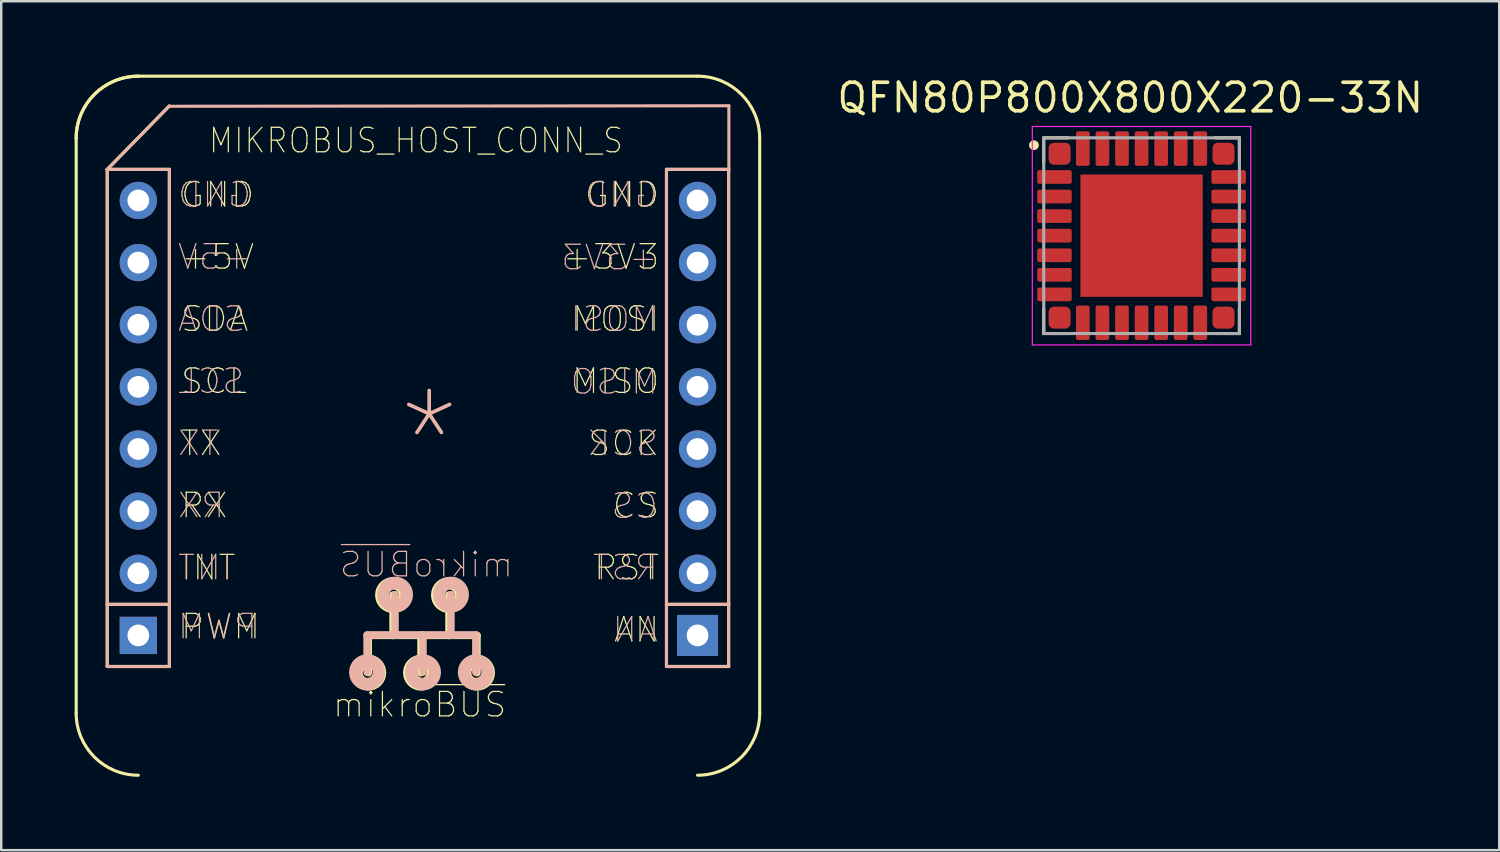
<source format=kicad_pcb>
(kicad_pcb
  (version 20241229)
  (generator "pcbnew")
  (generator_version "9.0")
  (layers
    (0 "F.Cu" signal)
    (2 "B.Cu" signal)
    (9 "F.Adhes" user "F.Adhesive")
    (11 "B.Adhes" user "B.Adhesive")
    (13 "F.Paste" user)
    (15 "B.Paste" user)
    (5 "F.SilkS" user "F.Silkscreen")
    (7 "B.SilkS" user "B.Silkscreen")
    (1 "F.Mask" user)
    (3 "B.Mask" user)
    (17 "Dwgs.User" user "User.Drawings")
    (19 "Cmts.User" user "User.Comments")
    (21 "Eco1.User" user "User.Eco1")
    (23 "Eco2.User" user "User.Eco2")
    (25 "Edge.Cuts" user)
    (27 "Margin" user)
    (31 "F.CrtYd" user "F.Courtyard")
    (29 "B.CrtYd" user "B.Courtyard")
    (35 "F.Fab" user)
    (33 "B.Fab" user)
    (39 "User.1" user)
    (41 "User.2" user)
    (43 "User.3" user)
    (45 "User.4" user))
  (footprint "MIKROBUS_HOST_CONN_S"
    (layer "F.Cu")
    (at 14.494 7.449)
    (property "Reference" "MIKROBUS_HOST_CONN_S" (at -0.54 -4.755 180) (layer "F.SilkS") (effects (font (size 1 0.9) (thickness 0.05))))
    (attr through_hole)
    (fp_line (start -14.43 18.65) (end -14.43 -4.845) (stroke (width 0.127) (type solid)) (layer "F.SilkS"))
    (fp_line (start -13.16 -3.575) (end -10.63 -6.165) (stroke (width 0.127) (type solid)) (layer "F.SilkS"))
    (fp_line (start -13.16 16.745) (end -13.16 -3.575) (stroke (width 0.127) (type solid)) (layer "F.SilkS"))
    (fp_line (start -10.62 -3.575) (end -13.16 -3.575) (stroke (width 0.127) (type solid)) (layer "F.SilkS"))
    (fp_line (start -10.62 14.205) (end -13.16 14.205) (stroke (width 0.127) (type solid)) (layer "F.SilkS"))
    (fp_line (start -10.62 14.205) (end -10.62 -3.575) (stroke (width 0.127) (type solid)) (layer "F.SilkS"))
    (fp_line (start -10.62 16.745) (end -13.16 16.745) (stroke (width 0.127) (type solid)) (layer "F.SilkS"))
    (fp_line (start -10.62 16.745) (end -10.62 14.205) (stroke (width 0.127) (type solid)) (layer "F.SilkS"))
    (fp_line (start -2.492 15.475) (end -2.492 16.999) (stroke (width 0.305) (type solid)) (layer "F.SilkS"))
    (fp_line (start -2.492 15.475) (end -1.476 15.475) (stroke (width 0.305) (type solid)) (layer "F.SilkS"))
    (fp_line (start -1.476 15.475) (end -1.476 13.824) (stroke (width 0.305) (type solid)) (layer "F.SilkS"))
    (fp_line (start -1.476 15.475) (end -0.333 15.475) (stroke (width 0.305) (type solid)) (layer "F.SilkS"))
    (fp_line (start -0.333 15.475) (end -0.333 16.999) (stroke (width 0.305) (type solid)) (layer "F.SilkS"))
    (fp_line (start -0.333 15.475) (end 0.81 15.475) (stroke (width 0.305) (type solid)) (layer "F.SilkS"))
    (fp_line (start 0.81 15.475) (end 0.81 13.824) (stroke (width 0.305) (type solid)) (layer "F.SilkS"))
    (fp_line (start 0.81 15.475) (end 1.953 15.475) (stroke (width 0.305) (type solid)) (layer "F.SilkS"))
    (fp_line (start 1.953 15.475) (end 1.953 16.999) (stroke (width 0.305) (type solid)) (layer "F.SilkS"))
    (fp_line (start 9.7 -3.575) (end 9.7 14.205) (stroke (width 0.127) (type solid)) (layer "F.SilkS"))
    (fp_line (start 9.7 14.205) (end 9.7 16.745) (stroke (width 0.127) (type solid)) (layer "F.SilkS"))
    (fp_line (start 9.7 16.745) (end 12.24 16.745) (stroke (width 0.127) (type solid)) (layer "F.SilkS"))
    (fp_line (start 10.97 -7.385) (end -11.89 -7.385) (stroke (width 0.127) (type solid)) (layer "F.SilkS"))
    (fp_line (start 12.24 -3.575) (end 9.7 -3.575) (stroke (width 0.127) (type solid)) (layer "F.SilkS"))
    (fp_line (start 12.24 14.205) (end 9.7 14.205) (stroke (width 0.127) (type solid)) (layer "F.SilkS"))
    (fp_line (start 12.24 14.205) (end 12.24 -3.575) (stroke (width 0.127) (type solid)) (layer "F.SilkS"))
    (fp_line (start 12.24 16.745) (end 12.24 14.205) (stroke (width 0.127) (type solid)) (layer "F.SilkS"))
    (fp_line (start 13.51 18.65) (end 13.51 -4.845) (stroke (width 0.127) (type solid)) (layer "F.SilkS"))
    (fp_arc (start -14.430476 -4.845) (mid -13.686527 -6.641051) (end -11.890476 -7.385) (stroke (width 0.127) (type solid)) (layer "F.SilkS"))
    (fp_arc (start -14.430476 -4.845) (mid -13.686527 -6.641051) (end -11.890476 -7.385) (stroke (width 0.127) (type solid)) (layer "F.SilkS"))
    (fp_arc (start -11.890476 21.19) (mid -13.686527 20.446051) (end -14.430476 18.65) (stroke (width 0.127) (type solid)) (layer "F.SilkS"))
    (fp_arc (start 10.969524 -7.385) (mid 12.765575 -6.641051) (end 13.509524 -4.845) (stroke (width 0.127) (type solid)) (layer "F.SilkS"))
    (fp_arc (start 13.509524 18.65) (mid 12.765575 20.446051) (end 10.969524 21.19) (stroke (width 0.127) (type solid)) (layer "F.SilkS"))
    (fp_circle (center -2.492 16.999) (end -2.264 16.999) (stroke (width 0.508) (type solid)) (fill no) (layer "F.SilkS"))
    (fp_circle (center -1.476 13.824) (end -1.248 13.824) (stroke (width 0.508) (type solid)) (fill no) (layer "F.SilkS"))
    (fp_circle (center -0.333 16.999) (end -0.105 16.999) (stroke (width 0.508) (type solid)) (fill no) (layer "F.SilkS"))
    (fp_circle (center 0.81 13.824) (end 1.038 13.824) (stroke (width 0.508) (type solid)) (fill no) (layer "F.SilkS"))
    (fp_circle (center 1.953 16.999) (end 2.181 16.999) (stroke (width 0.508) (type solid)) (fill no) (layer "F.SilkS"))
    (fp_line (start -13.16 -3.575) (end -10.62 -6.165) (stroke (width 0.127) (type solid)) (layer "B.SilkS"))
    (fp_line (start -13.16 16.745) (end -13.16 -3.575) (stroke (width 0.127) (type solid)) (layer "B.SilkS"))
    (fp_line (start -10.62 -3.575) (end -13.16 -3.575) (stroke (width 0.127) (type solid)) (layer "B.SilkS"))
    (fp_line (start -10.62 14.205) (end -13.16 14.205) (stroke (width 0.127) (type solid)) (layer "B.SilkS"))
    (fp_line (start -10.62 14.205) (end -10.62 -3.575) (stroke (width 0.127) (type solid)) (layer "B.SilkS"))
    (fp_line (start -10.62 16.745) (end -13.16 16.745) (stroke (width 0.127) (type solid)) (layer "B.SilkS"))
    (fp_line (start -10.62 16.745) (end -10.62 14.205) (stroke (width 0.127) (type solid)) (layer "B.SilkS"))
    (fp_line (start -2.539 15.459) (end -2.539 16.983) (stroke (width 0.305) (type solid)) (layer "B.SilkS"))
    (fp_line (start -1.396 15.459) (end -2.539 15.459) (stroke (width 0.305) (type solid)) (layer "B.SilkS"))
    (fp_line (start -1.396 15.459) (end -1.396 13.808) (stroke (width 0.305) (type solid)) (layer "B.SilkS"))
    (fp_line (start -0.253 15.459) (end -1.396 15.459) (stroke (width 0.305) (type solid)) (layer "B.SilkS"))
    (fp_line (start -0.253 15.459) (end -0.253 16.983) (stroke (width 0.305) (type solid)) (layer "B.SilkS"))
    (fp_line (start 0.89 15.459) (end -0.253 15.459) (stroke (width 0.305) (type solid)) (layer "B.SilkS"))
    (fp_line (start 0.89 15.459) (end 0.89 13.808) (stroke (width 0.305) (type solid)) (layer "B.SilkS"))
    (fp_line (start 1.906 15.459) (end 0.89 15.459) (stroke (width 0.305) (type solid)) (layer "B.SilkS"))
    (fp_line (start 1.906 15.459) (end 1.906 16.983) (stroke (width 0.305) (type solid)) (layer "B.SilkS"))
    (fp_line (start 9.7 -3.575) (end 9.7 14.205) (stroke (width 0.127) (type solid)) (layer "B.SilkS"))
    (fp_line (start 9.7 14.205) (end 9.7 16.745) (stroke (width 0.127) (type solid)) (layer "B.SilkS"))
    (fp_line (start 9.7 16.745) (end 12.24 16.745) (stroke (width 0.127) (type solid)) (layer "B.SilkS"))
    (fp_line (start 12.24 -3.575) (end 9.7 -3.575) (stroke (width 0.127) (type solid)) (layer "B.SilkS"))
    (fp_line (start 12.24 14.205) (end 9.7 14.205) (stroke (width 0.127) (type solid)) (layer "B.SilkS"))
    (fp_line (start 12.24 14.205) (end 12.24 -3.575) (stroke (width 0.127) (type solid)) (layer "B.SilkS"))
    (fp_line (start 12.24 16.745) (end 12.24 14.205) (stroke (width 0.127) (type solid)) (layer "B.SilkS"))
    (fp_line (start 12.25 -6.175) (end -10.62 -6.155) (stroke (width 0.127) (type solid)) (layer "B.SilkS"))
    (fp_line (start 12.25 -3.555) (end 12.25 -6.175) (stroke (width 0.127) (type solid)) (layer "B.SilkS"))
    (fp_circle (center -2.539 16.983) (end -2.311 16.983) (stroke (width 0.508) (type solid)) (fill no) (layer "B.SilkS"))
    (fp_circle (center -1.396 13.808) (end -1.168 13.808) (stroke (width 0.508) (type solid)) (fill no) (layer "B.SilkS"))
    (fp_circle (center -0.253 16.983) (end -0.025 16.983) (stroke (width 0.508) (type solid)) (fill no) (layer "B.SilkS"))
    (fp_circle (center 0.89 13.808) (end 1.118 13.808) (stroke (width 0.508) (type solid)) (fill no) (layer "B.SilkS"))
    (fp_circle (center 1.906 16.983) (end 2.134 16.983) (stroke (width 0.508) (type solid)) (fill no) (layer "B.SilkS"))
    (fp_text user "RST" (at 8.072 12.7 180) (layer "F.SilkS") (effects (font (size 1 1) (thickness 0.05))))
    (fp_text user "MISO" (at 7.62 5.08 180) (layer "F.SilkS") (effects (font (size 1 1) (thickness 0.05))))
    (fp_text user "SDA" (at -8.766 2.54 180) (layer "F.SilkS") (effects (font (size 1 1) (thickness 0.05))))
    (fp_text user "mikro~{BUS}" (at -0.388 18.304 0) (layer "F.SilkS") (effects (font (size 1 1) (thickness 0.05))))
    (fp_text user "GND" (at -8.647 -2.54 180) (layer "F.SilkS") (effects (font (size 1 1) (thickness 0.05))))
    (fp_text user "MOSI" (at 7.62 2.54 180) (layer "F.SilkS") (effects (font (size 1 1) (thickness 0.05))))
    (fp_text user "SCK" (at 7.953 7.62 180) (layer "F.SilkS") (effects (font (size 1 1) (thickness 0.05))))
    (fp_text user "INT" (at -9.028 12.7 180) (layer "F.SilkS") (effects (font (size 1 1) (thickness 0.05))))
    (fp_text user "PWM" (at -8.528 15.113 180) (layer "F.SilkS") (effects (font (size 1 1) (thickness 0.05))))
    (fp_text user "AN" (at 8.477 15.24 180) (layer "F.SilkS") (effects (font (size 1 1) (thickness 0.05))))
    (fp_text user "+5V" (at -8.647 0 180) (layer "F.SilkS") (effects (font (size 1 1) (thickness 0.05))))
    (fp_text user "GND" (at 7.906 -2.54 180) (layer "F.SilkS") (effects (font (size 1 1) (thickness 0.05))))
    (fp_text user "RX" (at -9.195 10.16 180) (layer "F.SilkS") (effects (font (size 1 1) (thickness 0.05))))
    (fp_text user "+3V3" (at 7.43 0 180) (layer "F.SilkS") (effects (font (size 1 1) (thickness 0.05))))
    (fp_text user "CS" (at 8.453 10.16 180) (layer "F.SilkS") (effects (font (size 1 1) (thickness 0.05))))
    (fp_text user "TX" (at -9.314 7.62 180) (layer "F.SilkS") (effects (font (size 1 1) (thickness 0.05))))
    (fp_text user "SCL" (at -8.79 5.08 180) (layer "F.SilkS") (effects (font (size 1 1) (thickness 0.05))))
    (fp_text user "TX" (at -9.441 7.62 180) (layer "B.SilkS") (effects (font (size 1 1) (thickness 0.05)) (justify mirror)))
    (fp_text user "PWM" (at -8.655 15.113 180) (layer "B.SilkS") (effects (font (size 1 1) (thickness 0.05)) (justify mirror)))
    (fp_text user "*" (at 0 7.62 180) (layer "B.SilkS") (effects (font (size 4 3.5) (thickness 0.15)) (justify mirror)))
    (fp_text user "SCK" (at 7.898 7.62 180) (layer "B.SilkS") (effects (font (size 1 1) (thickness 0.05)) (justify mirror)))
    (fp_text user "AN" (at 8.421 15.24 180) (layer "B.SilkS") (effects (font (size 1 1) (thickness 0.05)) (justify mirror)))
    (fp_text user "+5V" (at -8.774 0 180) (layer "B.SilkS") (effects (font (size 1 1) (thickness 0.05)) (justify mirror)))
    (fp_text user "RX" (at -9.322 10.16 180) (layer "B.SilkS") (effects (font (size 1 1) (thickness 0.05)) (justify mirror)))
    (fp_text user "GND" (at 7.85 -2.54 180) (layer "B.SilkS") (effects (font (size 1 1) (thickness 0.05)) (justify mirror)))
    (fp_text user "MISO" (at 7.564 5.105 180) (layer "B.SilkS") (effects (font (size 1 1) (thickness 0.05)) (justify mirror)))
    (fp_text user "MOSI" (at 7.564 2.54 180) (layer "B.SilkS") (effects (font (size 1 1) (thickness 0.05)) (justify mirror)))
    (fp_text user "GND" (at -8.774 -2.54 180) (layer "B.SilkS") (effects (font (size 1 1) (thickness 0.05)) (justify mirror)))
    (fp_text user "SCL" (at -8.917 5.08 180) (layer "B.SilkS") (effects (font (size 1 1) (thickness 0.05)) (justify mirror)))
    (fp_text user "+3V3" (at 7.374 0.025 180) (layer "B.SilkS") (effects (font (size 1 1) (thickness 0.05)) (justify mirror)))
    (fp_text user "SDA" (at -8.893 2.54 180) (layer "B.SilkS") (effects (font (size 1 1) (thickness 0.05)) (justify mirror)))
    (fp_text user "CS" (at 8.398 10.185 180) (layer "B.SilkS") (effects (font (size 1 1) (thickness 0.05)) (justify mirror)))
    (fp_text user "INT" (at -9.155 12.7 180) (layer "B.SilkS") (effects (font (size 1 1) (thickness 0.05)) (justify mirror)))
    (fp_text user "mikro~{BUS}" (at -0.118 12.579 180) (layer "B.SilkS") (effects (font (size 1 1) (thickness 0.05)) (justify mirror)))
    (fp_text user "RST" (at 8.017 12.7 180) (layer "B.SilkS") (effects (font (size 1 1) (thickness 0.05)) (justify mirror)))
    (pad "P1" thru_hole rect (at 10.97 15.475 180) (size 1.676 1.676) (drill 0.889) (layers "*.Cu" "*.Mask"))
    (pad "P2" thru_hole circle (at 10.97 12.935 180) (size 1.524 1.524) (drill 0.889) (layers "*.Cu" "*.Mask"))
    (pad "P3" thru_hole circle (at 10.97 10.395 180) (size 1.524 1.524) (drill 0.889) (layers "*.Cu" "*.Mask"))
    (pad "P4" thru_hole circle (at 10.97 7.855 180) (size 1.524 1.524) (drill 0.889) (layers "*.Cu" "*.Mask"))
    (pad "P5" thru_hole circle (at 10.97 5.315 180) (size 1.524 1.524) (drill 0.889) (layers "*.Cu" "*.Mask"))
    (pad "P6" thru_hole circle (at 10.97 2.775 180) (size 1.524 1.524) (drill 0.889) (layers "*.Cu" "*.Mask"))
    (pad "P7" thru_hole circle (at 10.97 0.235 180) (size 1.524 1.524) (drill 0.889) (layers "*.Cu" "*.Mask"))
    (pad "P8" thru_hole circle (at 10.97 -2.305 180) (size 1.524 1.524) (drill 0.889) (layers "*.Cu" "*.Mask"))
    (pad "P9" thru_hole circle (at -11.89 -2.305 180) (size 1.524 1.524) (drill 0.889) (layers "*.Cu" "*.Mask"))
    (pad "P10" thru_hole circle (at -11.89 0.235 180) (size 1.524 1.524) (drill 0.889) (layers "*.Cu" "*.Mask"))
    (pad "P11" thru_hole circle (at -11.89 2.775 180) (size 1.524 1.524) (drill 0.889) (layers "*.Cu" "*.Mask"))
    (pad "P12" thru_hole circle (at -11.89 5.315 180) (size 1.524 1.524) (drill 0.889) (layers "*.Cu" "*.Mask"))
    (pad "P13" thru_hole circle (at -11.89 7.855 180) (size 1.524 1.524) (drill 0.889) (layers "*.Cu" "*.Mask"))
    (pad "P14" thru_hole circle (at -11.89 10.395 180) (size 1.524 1.524) (drill 0.889) (layers "*.Cu" "*.Mask"))
    (pad "P15" thru_hole circle (at -11.89 12.935 180) (size 1.524 1.524) (drill 0.889) (layers "*.Cu" "*.Mask"))
    (pad "P16" thru_hole rect (at -11.89 15.475 180) (size 1.524 1.524) (drill 0.889) (layers "*.Cu" "*.Mask")))
  (footprint "QFN80P800X800X220-33N"
    (layer "F.Cu")
    (at 43.614 6.584)
    (property "Reference" "QFN80P800X800X220-33N" (at -0.463 -5.638 0) (layer "F.SilkS") (effects (font (size 1.167 1.167) (thickness 0.15))))
    (attr smd)
    (fp_line (start -4 -4) (end -4 -3) (stroke (width 0.127) (type solid)) (layer "F.SilkS"))
    (fp_line (start -4 -4) (end -3 -4) (stroke (width 0.127) (type solid)) (layer "F.SilkS"))
    (fp_line (start -4 4) (end -4 3) (stroke (width 0.127) (type solid)) (layer "F.SilkS"))
    (fp_line (start -4 4) (end -3 4) (stroke (width 0.127) (type solid)) (layer "F.SilkS"))
    (fp_line (start 4 -4) (end 3 -4) (stroke (width 0.127) (type solid)) (layer "F.SilkS"))
    (fp_line (start 4 -4) (end 4 -3) (stroke (width 0.127) (type solid)) (layer "F.SilkS"))
    (fp_line (start 4 4) (end 3 4) (stroke (width 0.127) (type solid)) (layer "F.SilkS"))
    (fp_line (start 4 4) (end 4 3) (stroke (width 0.127) (type solid)) (layer "F.SilkS"))
    (fp_circle (center -4.4 -3.7) (end -4.3 -3.7) (stroke (width 0.2) (type solid)) (fill no) (layer "F.SilkS"))
    (fp_poly (pts (xy -2.219 -2.135) (xy -0.365 -2.135) (xy -0.365 -0.379) (xy -2.219 -0.379)) (stroke (width 0.01) (type solid)) (fill yes) (layer "F.Paste"))
    (fp_poly (pts (xy -2.209 0.365) (xy -0.365 0.365) (xy -0.365 2.209) (xy -2.209 2.209)) (stroke (width 0.01) (type solid)) (fill yes) (layer "F.Paste"))
    (fp_poly (pts (xy 0.379 -2.135) (xy 2.135 -2.135) (xy 2.135 -0.379) (xy 0.379 -0.379)) (stroke (width 0.01) (type solid)) (fill yes) (layer "F.Paste"))
    (fp_poly (pts (xy 0.379 0.365) (xy 2.135 0.365) (xy 2.135 2.218) (xy 0.379 2.218)) (stroke (width 0.01) (type solid)) (fill yes) (layer "F.Paste"))
    (fp_line (start -4.465 -4.465) (end 4.465 -4.465) (stroke (width 0.05) (type solid)) (layer "F.CrtYd"))
    (fp_line (start -4.465 4.465) (end -4.465 -4.465) (stroke (width 0.05) (type solid)) (layer "F.CrtYd"))
    (fp_line (start 4.465 -4.465) (end 4.465 4.465) (stroke (width 0.05) (type solid)) (layer "F.CrtYd"))
    (fp_line (start 4.465 4.465) (end -4.465 4.465) (stroke (width 0.05) (type solid)) (layer "F.CrtYd"))
    (fp_line (start -4 -4) (end 4 -4) (stroke (width 0.127) (type solid)) (layer "F.Fab"))
    (fp_line (start -4 4) (end -4 -4) (stroke (width 0.127) (type solid)) (layer "F.Fab"))
    (fp_line (start 4 -4) (end 4 4) (stroke (width 0.127) (type solid)) (layer "F.Fab"))
    (fp_line (start 4 4) (end -4 4) (stroke (width 0.127) (type solid)) (layer "F.Fab"))
    (pad "1" smd roundrect (at -3.35 -3.35) (size 0.9 0.9) (layers "F.Cu" "F.Mask" "F.Paste") (roundrect_rratio 0.24))
    (pad "2" smd roundrect (at -3.56 -2.4) (size 1.41 0.56) (layers "F.Cu" "F.Mask" "F.Paste") (roundrect_rratio 0.15))
    (pad "3" smd roundrect (at -3.56 -1.6) (size 1.41 0.56) (layers "F.Cu" "F.Mask" "F.Paste") (roundrect_rratio 0.15))
    (pad "4" smd roundrect (at -3.56 -0.8) (size 1.41 0.56) (layers "F.Cu" "F.Mask" "F.Paste") (roundrect_rratio 0.15))
    (pad "5" smd roundrect (at -3.56 0) (size 1.41 0.56) (layers "F.Cu" "F.Mask" "F.Paste") (roundrect_rratio 0.15))
    (pad "6" smd roundrect (at -3.56 0.8) (size 1.41 0.56) (layers "F.Cu" "F.Mask" "F.Paste") (roundrect_rratio 0.15))
    (pad "7" smd roundrect (at -3.56 1.6) (size 1.41 0.56) (layers "F.Cu" "F.Mask" "F.Paste") (roundrect_rratio 0.15))
    (pad "8" smd roundrect (at -3.56 2.4) (size 1.41 0.56) (layers "F.Cu" "F.Mask" "F.Paste") (roundrect_rratio 0.15))
    (pad "9" smd roundrect (at -3.35 3.35 180) (size 0.9 0.9) (layers "F.Cu" "F.Mask" "F.Paste") (roundrect_rratio 0.24))
    (pad "10" smd roundrect (at -2.4 3.56 90) (size 1.41 0.56) (layers "F.Cu" "F.Mask" "F.Paste") (roundrect_rratio 0.15))
    (pad "11" smd roundrect (at -1.6 3.56 90) (size 1.41 0.56) (layers "F.Cu" "F.Mask" "F.Paste") (roundrect_rratio 0.15))
    (pad "12" smd roundrect (at -0.8 3.56 90) (size 1.41 0.56) (layers "F.Cu" "F.Mask" "F.Paste") (roundrect_rratio 0.15))
    (pad "13" smd roundrect (at 0 3.56 90) (size 1.41 0.56) (layers "F.Cu" "F.Mask" "F.Paste") (roundrect_rratio 0.15))
    (pad "14" smd roundrect (at 0.8 3.56 90) (size 1.41 0.56) (layers "F.Cu" "F.Mask" "F.Paste") (roundrect_rratio 0.15))
    (pad "15" smd roundrect (at 1.6 3.56 90) (size 1.41 0.56) (layers "F.Cu" "F.Mask" "F.Paste") (roundrect_rratio 0.15))
    (pad "16" smd roundrect (at 2.4 3.56 90) (size 1.41 0.56) (layers "F.Cu" "F.Mask" "F.Paste") (roundrect_rratio 0.15))
    (pad "17" smd roundrect (at 3.35 3.35 90) (size 0.9 0.9) (layers "F.Cu" "F.Mask" "F.Paste") (roundrect_rratio 0.24))
    (pad "18" smd roundrect (at 3.56 2.4 180) (size 1.41 0.56) (layers "F.Cu" "F.Mask" "F.Paste") (roundrect_rratio 0.15))
    (pad "19" smd roundrect (at 3.56 1.6 180) (size 1.41 0.56) (layers "F.Cu" "F.Mask" "F.Paste") (roundrect_rratio 0.15))
    (pad "20" smd roundrect (at 3.56 0.8 180) (size 1.41 0.56) (layers "F.Cu" "F.Mask" "F.Paste") (roundrect_rratio 0.15))
    (pad "21" smd roundrect (at 3.56 0 180) (size 1.41 0.56) (layers "F.Cu" "F.Mask" "F.Paste") (roundrect_rratio 0.15))
    (pad "22" smd roundrect (at 3.56 -0.8 180) (size 1.41 0.56) (layers "F.Cu" "F.Mask" "F.Paste") (roundrect_rratio 0.15))
    (pad "23" smd roundrect (at 3.56 -1.6 180) (size 1.41 0.56) (layers "F.Cu" "F.Mask" "F.Paste") (roundrect_rratio 0.15))
    (pad "24" smd roundrect (at 3.56 -2.4 180) (size 1.41 0.56) (layers "F.Cu" "F.Mask" "F.Paste") (roundrect_rratio 0.15))
    (pad "25" smd roundrect (at 3.35 -3.35 180) (size 0.9 0.9) (layers "F.Cu" "F.Mask" "F.Paste") (roundrect_rratio 0.24))
    (pad "26" smd roundrect (at 2.4 -3.56 270) (size 1.41 0.56) (layers "F.Cu" "F.Mask" "F.Paste") (roundrect_rratio 0.15))
    (pad "27" smd roundrect (at 1.6 -3.56 270) (size 1.41 0.56) (layers "F.Cu" "F.Mask" "F.Paste") (roundrect_rratio 0.15))
    (pad "28" smd roundrect (at 0.8 -3.56 270) (size 1.41 0.56) (layers "F.Cu" "F.Mask" "F.Paste") (roundrect_rratio 0.15))
    (pad "29" smd roundrect (at 0 -3.56 270) (size 1.41 0.56) (layers "F.Cu" "F.Mask" "F.Paste") (roundrect_rratio 0.15))
    (pad "30" smd roundrect (at -0.8 -3.56 270) (size 1.41 0.56) (layers "F.Cu" "F.Mask" "F.Paste") (roundrect_rratio 0.15))
    (pad "31" smd roundrect (at -1.6 -3.56 270) (size 1.41 0.56) (layers "F.Cu" "F.Mask" "F.Paste") (roundrect_rratio 0.15))
    (pad "32" smd roundrect (at -2.4 -3.56 270) (size 1.41 0.56) (layers "F.Cu" "F.Mask" "F.Paste") (roundrect_rratio 0.15))
    (pad "33" smd rect (at 0 0) (size 5 5) (layers "F.Cu" "F.Mask")))
  (gr_rect
    (start -3 -3)
    (end 58.235 31.702)
    (stroke (width 0.1) (type default))
    (fill no)
    (layer "Edge.Cuts")))
</source>
